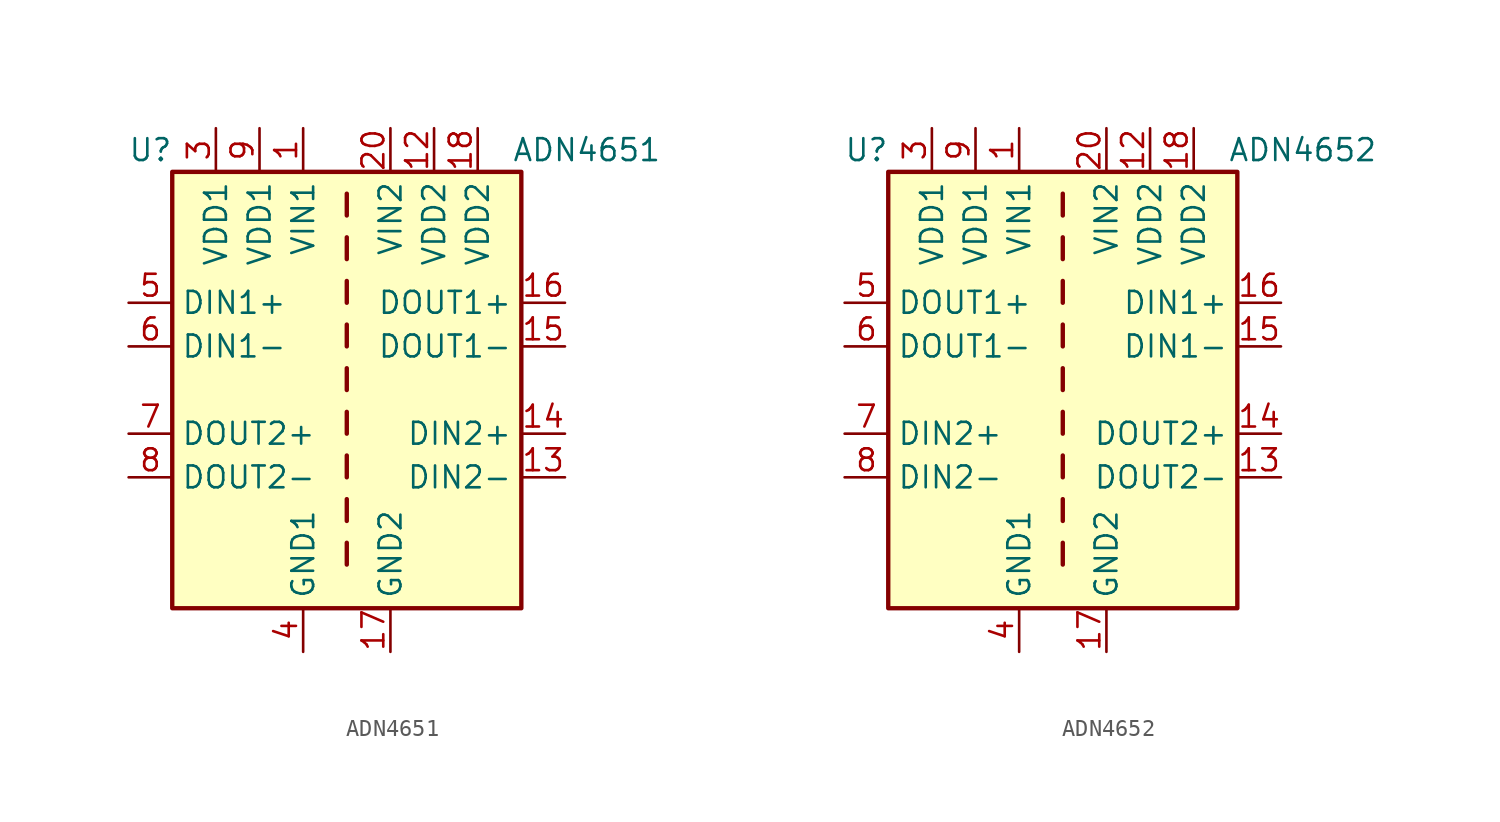
<source format=kicad_sym>
(kicad_symbol_lib
  (version 20201005)
  (generator kicad_symbol_editor)
  (symbol "ADN4651"
    (property "Reference" "U"
      (at -11.43 13.97 0)
      (effects (font (size 1.27 1.27))))
    (property "Value" "ADN4651"
      (at 13.97 13.97 0)
      (effects (font (size 1.27 1.27))))
    (symbol "ADN4651_0_0"
      (pin power_in line (at 5.08 15.24 270) (length 2.54) (name "VDD2" (effects (font (size 1.27 1.27)))) (number "12" (effects (font (size 1.27 1.27)))))
      (pin power_in line (at -5.08 15.24 270) (length 2.54) (name "VDD1" (effects (font (size 1.27 1.27)))) (number "9" (effects (font (size 1.27 1.27))))))
    (symbol "ADN4651_0_1"
      (rectangle (start -10.16 12.7) (end 10.16 -12.7) (stroke (width 0.254)) (fill (type background)))
      (polyline (pts (xy 0 -8.89) (xy 0 -10.16)) (stroke (width 0.254)) (fill (type none)))
      (polyline (pts (xy 0 -6.35) (xy 0 -7.62)) (stroke (width 0.254)) (fill (type none)))
      (polyline (pts (xy 0 -3.81) (xy 0 -5.08)) (stroke (width 0.254)) (fill (type none)))
      (polyline (pts (xy 0 -1.27) (xy 0 -2.54)) (stroke (width 0.254)) (fill (type none)))
      (polyline (pts (xy 0 1.27) (xy 0 0)) (stroke (width 0.254)) (fill (type none)))
      (polyline (pts (xy 0 3.81) (xy 0 2.54)) (stroke (width 0.254)) (fill (type none)))
      (polyline (pts (xy 0 6.35) (xy 0 5.08)) (stroke (width 0.254)) (fill (type none)))
      (polyline (pts (xy 0 8.89) (xy 0 7.62)) (stroke (width 0.254)) (fill (type none)))
      (polyline (pts (xy 0 11.43) (xy 0 10.16)) (stroke (width 0.254)) (fill (type none))))
    (symbol "ADN4651_1_1"
      (pin power_in line (at -2.54 15.24 270) (length 2.54) (name "VIN1" (effects (font (size 1.27 1.27)))) (number "1" (effects (font (size 1.27 1.27)))))
      (pin passive line (at -2.54 -15.24 90) (length 2.54) hide (name "GND1" (effects (font (size 1.27 1.27)))) (number "10" (effects (font (size 1.27 1.27)))))
      (pin passive line (at 2.54 -15.24 90) (length 2.54) hide (name "GND2" (effects (font (size 1.27 1.27)))) (number "11" (effects (font (size 1.27 1.27)))))
      (pin input line (at 12.7 -5.08 180) (length 2.54) (name "DIN2-" (effects (font (size 1.27 1.27)))) (number "13" (effects (font (size 1.27 1.27)))))
      (pin input line (at 12.7 -2.54 180) (length 2.54) (name "DIN2+" (effects (font (size 1.27 1.27)))) (number "14" (effects (font (size 1.27 1.27)))))
      (pin output line (at 12.7 2.54 180) (length 2.54) (name "DOUT1-" (effects (font (size 1.27 1.27)))) (number "15" (effects (font (size 1.27 1.27)))))
      (pin output line (at 12.7 5.08 180) (length 2.54) (name "DOUT1+" (effects (font (size 1.27 1.27)))) (number "16" (effects (font (size 1.27 1.27)))))
      (pin power_in line (at 2.54 -15.24 90) (length 2.54) (name "GND2" (effects (font (size 1.27 1.27)))) (number "17" (effects (font (size 1.27 1.27)))))
      (pin power_in line (at 7.62 15.24 270) (length 2.54) (name "VDD2" (effects (font (size 1.27 1.27)))) (number "18" (effects (font (size 1.27 1.27)))))
      (pin passive line (at 2.54 -15.24 90) (length 2.54) hide (name "GND2" (effects (font (size 1.27 1.27)))) (number "19" (effects (font (size 1.27 1.27)))))
      (pin passive line (at -2.54 -15.24 90) (length 2.54) hide (name "GND1" (effects (font (size 1.27 1.27)))) (number "2" (effects (font (size 1.27 1.27)))))
      (pin power_in line (at 2.54 15.24 270) (length 2.54) (name "VIN2" (effects (font (size 1.27 1.27)))) (number "20" (effects (font (size 1.27 1.27)))))
      (pin power_in line (at -7.62 15.24 270) (length 2.54) (name "VDD1" (effects (font (size 1.27 1.27)))) (number "3" (effects (font (size 1.27 1.27)))))
      (pin power_in line (at -2.54 -15.24 90) (length 2.54) (name "GND1" (effects (font (size 1.27 1.27)))) (number "4" (effects (font (size 1.27 1.27)))))
      (pin input line (at -12.7 5.08 0) (length 2.54) (name "DIN1+" (effects (font (size 1.27 1.27)))) (number "5" (effects (font (size 1.27 1.27)))))
      (pin input line (at -12.7 2.54 0) (length 2.54) (name "DIN1-" (effects (font (size 1.27 1.27)))) (number "6" (effects (font (size 1.27 1.27)))))
      (pin output line (at -12.7 -2.54 0) (length 2.54) (name "DOUT2+" (effects (font (size 1.27 1.27)))) (number "7" (effects (font (size 1.27 1.27)))))
      (pin output line (at -12.7 -5.08 0) (length 2.54) (name "DOUT2-" (effects (font (size 1.27 1.27)))) (number "8" (effects (font (size 1.27 1.27)))))))
  (symbol "ADN4652"
    (property "Reference" "U"
      (at -11.43 13.97 0)
      (effects (font (size 1.27 1.27))))
    (property "Value" "ADN4652"
      (at 13.97 13.97 0)
      (effects (font (size 1.27 1.27))))
    (symbol "ADN4652_0_0"
      (pin power_in line (at 5.08 15.24 270) (length 2.54) (name "VDD2" (effects (font (size 1.27 1.27)))) (number "12" (effects (font (size 1.27 1.27)))))
      (pin power_in line (at -5.08 15.24 270) (length 2.54) (name "VDD1" (effects (font (size 1.27 1.27)))) (number "9" (effects (font (size 1.27 1.27))))))
    (symbol "ADN4652_0_1"
      (rectangle (start -10.16 12.7) (end 10.16 -12.7) (stroke (width 0.254)) (fill (type background)))
      (polyline (pts (xy 0 -8.89) (xy 0 -10.16)) (stroke (width 0.254)) (fill (type none)))
      (polyline (pts (xy 0 -6.35) (xy 0 -7.62)) (stroke (width 0.254)) (fill (type none)))
      (polyline (pts (xy 0 -3.81) (xy 0 -5.08)) (stroke (width 0.254)) (fill (type none)))
      (polyline (pts (xy 0 -1.27) (xy 0 -2.54)) (stroke (width 0.254)) (fill (type none)))
      (polyline (pts (xy 0 1.27) (xy 0 0)) (stroke (width 0.254)) (fill (type none)))
      (polyline (pts (xy 0 3.81) (xy 0 2.54)) (stroke (width 0.254)) (fill (type none)))
      (polyline (pts (xy 0 6.35) (xy 0 5.08)) (stroke (width 0.254)) (fill (type none)))
      (polyline (pts (xy 0 8.89) (xy 0 7.62)) (stroke (width 0.254)) (fill (type none)))
      (polyline (pts (xy 0 11.43) (xy 0 10.16)) (stroke (width 0.254)) (fill (type none))))
    (symbol "ADN4652_1_1"
      (pin power_in line (at -2.54 15.24 270) (length 2.54) (name "VIN1" (effects (font (size 1.27 1.27)))) (number "1" (effects (font (size 1.27 1.27)))))
      (pin passive line (at -2.54 -15.24 90) (length 2.54) hide (name "GND1" (effects (font (size 1.27 1.27)))) (number "10" (effects (font (size 1.27 1.27)))))
      (pin passive line (at 2.54 -15.24 90) (length 2.54) hide (name "GND2" (effects (font (size 1.27 1.27)))) (number "11" (effects (font (size 1.27 1.27)))))
      (pin output line (at 12.7 -5.08 180) (length 2.54) (name "DOUT2-" (effects (font (size 1.27 1.27)))) (number "13" (effects (font (size 1.27 1.27)))))
      (pin output line (at 12.7 -2.54 180) (length 2.54) (name "DOUT2+" (effects (font (size 1.27 1.27)))) (number "14" (effects (font (size 1.27 1.27)))))
      (pin input line (at 12.7 2.54 180) (length 2.54) (name "DIN1-" (effects (font (size 1.27 1.27)))) (number "15" (effects (font (size 1.27 1.27)))))
      (pin input line (at 12.7 5.08 180) (length 2.54) (name "DIN1+" (effects (font (size 1.27 1.27)))) (number "16" (effects (font (size 1.27 1.27)))))
      (pin power_in line (at 2.54 -15.24 90) (length 2.54) (name "GND2" (effects (font (size 1.27 1.27)))) (number "17" (effects (font (size 1.27 1.27)))))
      (pin power_in line (at 7.62 15.24 270) (length 2.54) (name "VDD2" (effects (font (size 1.27 1.27)))) (number "18" (effects (font (size 1.27 1.27)))))
      (pin passive line (at 2.54 -15.24 90) (length 2.54) hide (name "GND2" (effects (font (size 1.27 1.27)))) (number "19" (effects (font (size 1.27 1.27)))))
      (pin passive line (at -2.54 -15.24 90) (length 2.54) hide (name "GND1" (effects (font (size 1.27 1.27)))) (number "2" (effects (font (size 1.27 1.27)))))
      (pin power_in line (at 2.54 15.24 270) (length 2.54) (name "VIN2" (effects (font (size 1.27 1.27)))) (number "20" (effects (font (size 1.27 1.27)))))
      (pin power_in line (at -7.62 15.24 270) (length 2.54) (name "VDD1" (effects (font (size 1.27 1.27)))) (number "3" (effects (font (size 1.27 1.27)))))
      (pin power_in line (at -2.54 -15.24 90) (length 2.54) (name "GND1" (effects (font (size 1.27 1.27)))) (number "4" (effects (font (size 1.27 1.27)))))
      (pin output line (at -12.7 5.08 0) (length 2.54) (name "DOUT1+" (effects (font (size 1.27 1.27)))) (number "5" (effects (font (size 1.27 1.27)))))
      (pin output line (at -12.7 2.54 0) (length 2.54) (name "DOUT1-" (effects (font (size 1.27 1.27)))) (number "6" (effects (font (size 1.27 1.27)))))
      (pin input line (at -12.7 -2.54 0) (length 2.54) (name "DIN2+" (effects (font (size 1.27 1.27)))) (number "7" (effects (font (size 1.27 1.27)))))
      (pin input line (at -12.7 -5.08 0) (length 2.54) (name "DIN2-" (effects (font (size 1.27 1.27)))) (number "8" (effects (font (size 1.27 1.27))))))))
</source>
